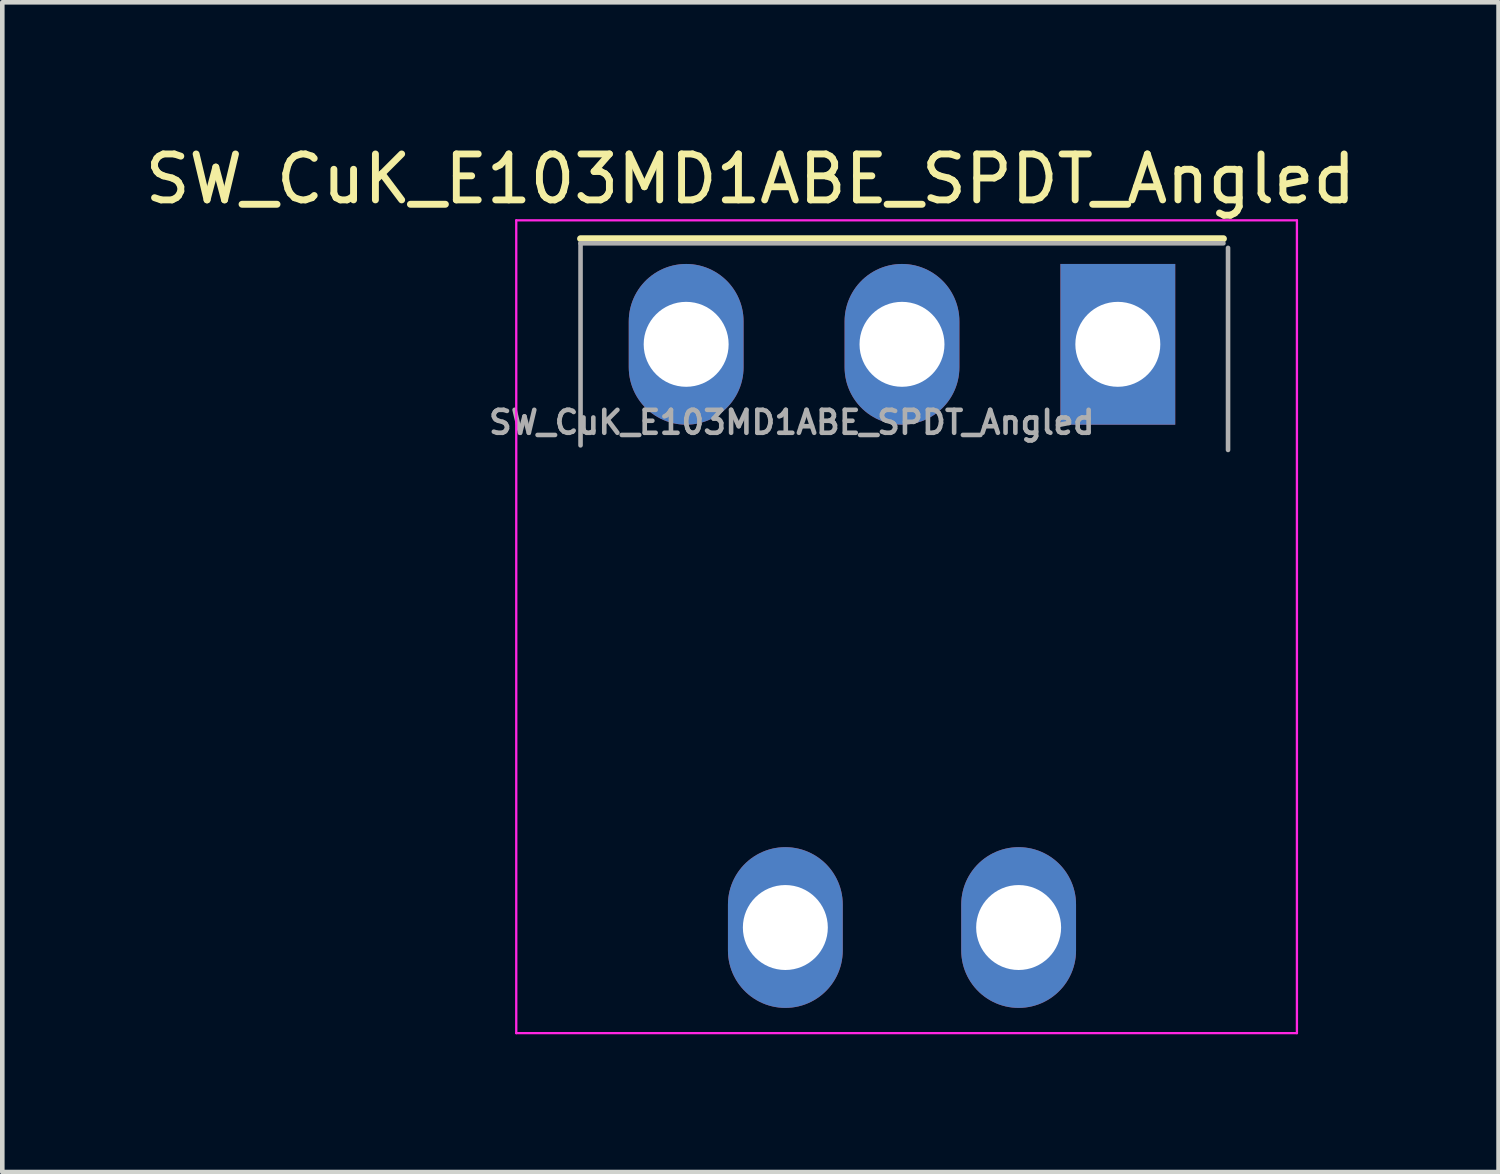
<source format=kicad_pcb>
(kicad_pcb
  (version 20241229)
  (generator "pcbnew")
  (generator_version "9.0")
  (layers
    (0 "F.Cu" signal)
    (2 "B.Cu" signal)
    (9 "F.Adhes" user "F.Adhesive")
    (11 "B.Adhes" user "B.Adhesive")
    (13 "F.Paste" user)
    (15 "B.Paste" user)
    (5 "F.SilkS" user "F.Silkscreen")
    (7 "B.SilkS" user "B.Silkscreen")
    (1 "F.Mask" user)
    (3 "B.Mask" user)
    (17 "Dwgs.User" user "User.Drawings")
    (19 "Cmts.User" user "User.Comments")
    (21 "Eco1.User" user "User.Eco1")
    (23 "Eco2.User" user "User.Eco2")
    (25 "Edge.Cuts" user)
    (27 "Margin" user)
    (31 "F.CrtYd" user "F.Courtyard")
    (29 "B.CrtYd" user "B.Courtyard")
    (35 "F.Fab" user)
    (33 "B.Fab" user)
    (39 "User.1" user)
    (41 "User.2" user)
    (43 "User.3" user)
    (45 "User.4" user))
  (footprint "SW_CuK_E103MD1ABE_SPDT_Angled"
    (layer "F.Cu")
    (at 16.592 4.448)
    (property "Reference" "SW_CuK_E103MD1ABE_SPDT_Angled" (at -3.3 -3.6 0) (layer "F.SilkS") (effects (font (size 1 1) (thickness 0.15))))
    (attr through_hole)
    (fp_line (start -7 -2.3) (end 7 -2.3) (stroke (width 0.15) (type solid)) (layer "F.SilkS"))
    (fp_line (start -8.4 -2.7) (end 8.6 -2.7) (stroke (width 0.05) (type solid)) (layer "F.CrtYd"))
    (fp_line (start -8.4 15) (end -8.4 -2.7) (stroke (width 0.05) (type solid)) (layer "F.CrtYd"))
    (fp_line (start 8.6 -2.7) (end 8.6 15) (stroke (width 0.05) (type solid)) (layer "F.CrtYd"))
    (fp_line (start 8.6 15) (end -8.4 15) (stroke (width 0.05) (type solid)) (layer "F.CrtYd"))
    (fp_line (start -7 -2.2) (end -7 2.2) (stroke (width 0.1) (type solid)) (layer "F.Fab"))
    (fp_line (start -7 -2.2) (end 7 -2.2) (stroke (width 0.1) (type solid)) (layer "F.Fab"))
    (fp_line (start 7.1 2.3) (end 7.1 -2.1) (stroke (width 0.1) (type solid)) (layer "F.Fab"))
    (fp_text user "${REFERENCE}" (at -2.4 1.7 0) (layer "F.Fab") (effects (font (size 0.5 0.5) (thickness 0.1))))
    (pad "1" thru_hole rect (at 4.7 0) (size 2.5 3.5) (drill 1.85) (layers "*.Cu" "*.Mask"))
    (pad "2" thru_hole oval (at 0 0) (size 2.5 3.5) (drill 1.85) (layers "*.Cu" "*.Mask"))
    (pad "3" thru_hole oval (at -4.7 0 180) (size 2.5 3.5) (drill 1.85) (layers "*.Cu" "*.Mask"))
    (pad "S1" thru_hole oval (at 2.54 12.7) (size 2.5 3.5) (drill 1.85) (layers "*.Cu" "*.Mask"))
    (pad "S2" thru_hole oval (at -2.54 12.7) (size 2.5 3.5) (drill 1.85) (layers "*.Cu" "*.Mask")))
  (gr_rect
    (start -3 -3)
    (end 29.583 22.473)
    (stroke (width 0.1) (type default))
    (fill no)
    (layer "Edge.Cuts")))
</source>
